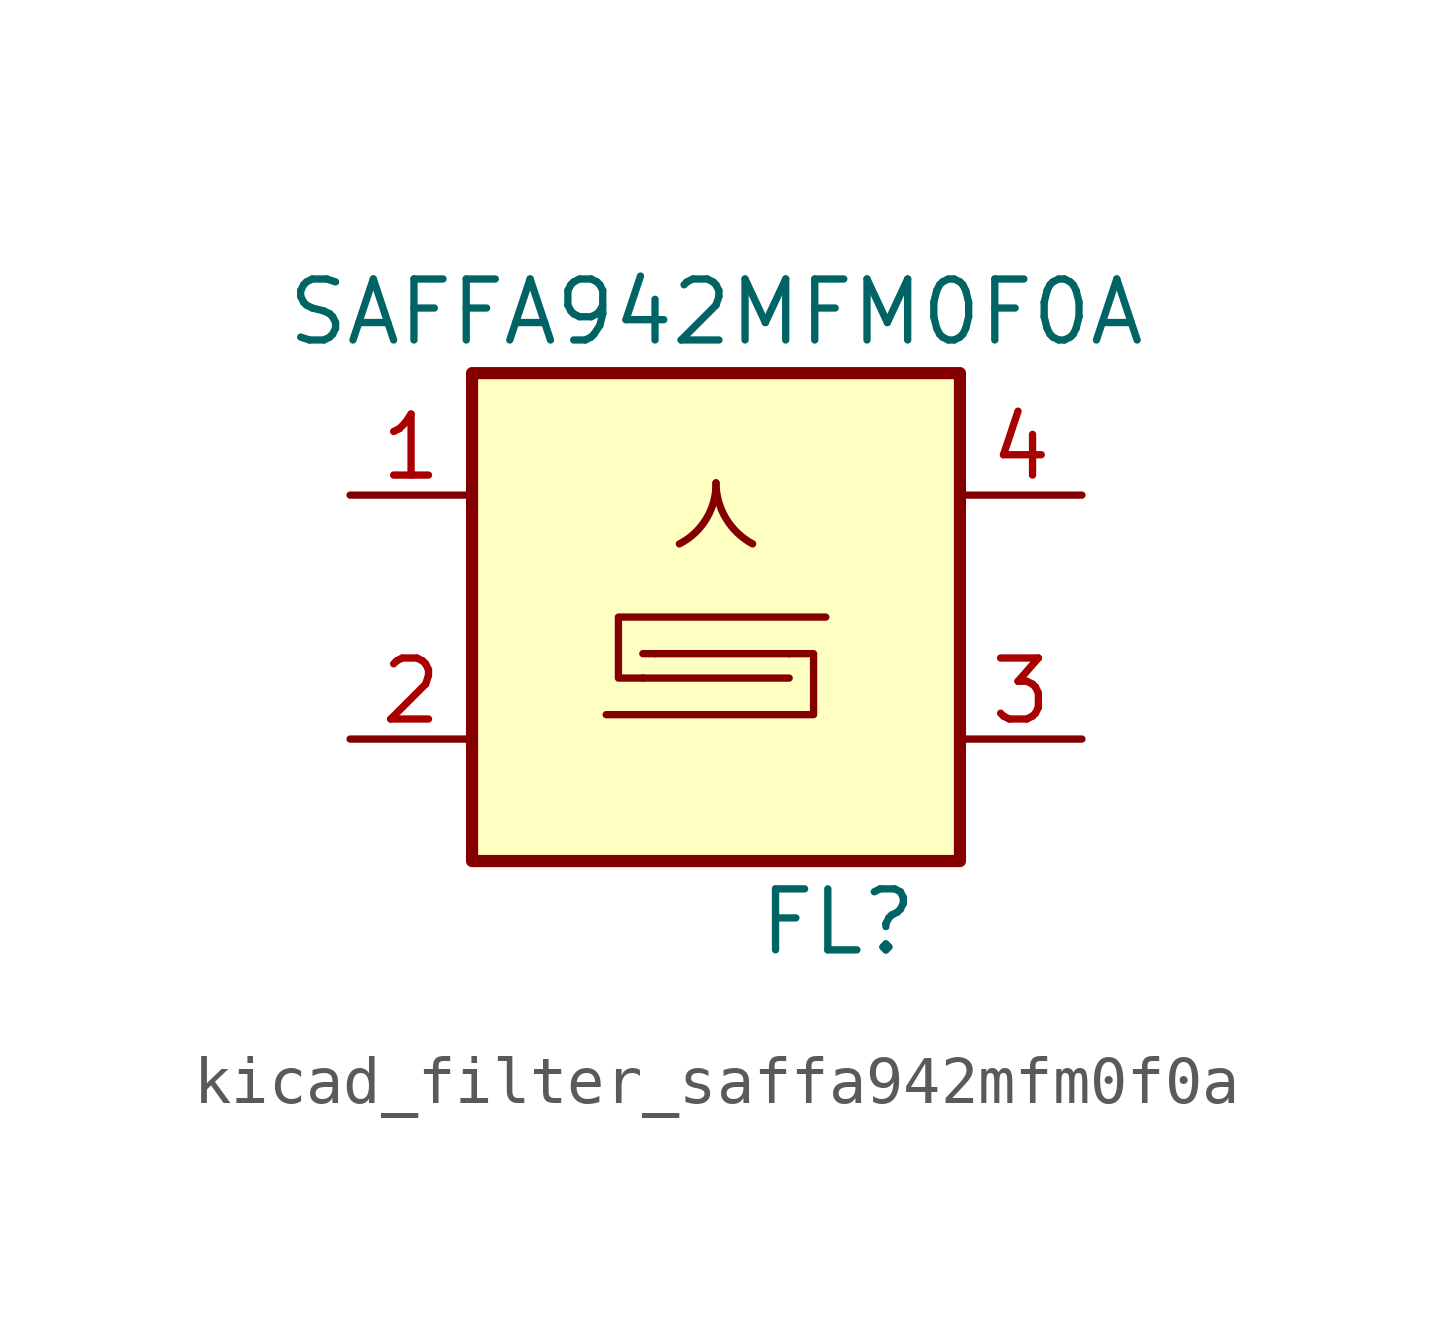
<source format=kicad_sym>
(kicad_symbol_lib
  (version 20220914)
  (generator kicad_symbol_editor)
  (symbol "kicad_filter_saffa942mfm0f0a"
    (pin_names
      (offset 1.016))
    (property "Reference" "FL"
      (at 2.54 -6.35 0)
      (effects (font (size 1.27 1.27))))
    (property "Value" "SAFFA942MFM0F0A"
      (at 0 6.35 0)
      (effects (font (size 1.27 1.27))))
    (symbol "kicad_filter_saffa942mfm0f0a_0_1"
      (rectangle (start -5.08 5.08) (end 5.08 -5.08) (stroke (width 0.254) (type default)) (fill (type background)))
      (arc (start -0.762 1.524) (mid -0.1988 2.0511) (end 0 2.794) (stroke (width 0) (type default)) (fill (type none)))
      (polyline (pts (xy -1.524 -0.762) (xy -1.27 -0.762)) (stroke (width 0) (type default)) (fill (type none)))
      (polyline (pts (xy 1.524 -1.27) (xy -1.524 -1.27)) (stroke (width 0) (type default)) (fill (type none)))
      (polyline (pts (xy 1.524 -0.762) (xy -1.27 -0.762)) (stroke (width 0) (type default)) (fill (type none)))
      (polyline (pts (xy -1.524 -1.27) (xy -2.032 -1.27) (xy -2.032 0) (xy 2.286 0)) (stroke (width 0) (type default)) (fill (type none)))
      (polyline (pts (xy 1.524 -0.762) (xy 2.032 -0.762) (xy 2.032 -2.032) (xy -2.286 -2.032)) (stroke (width 0) (type default)) (fill (type none)))
      (arc (start 0 2.794) (mid 0.2065 2.0558) (end 0.762 1.524) (stroke (width 0) (type default)) (fill (type none))))
    (symbol "kicad_filter_saffa942mfm0f0a_1_1"
      (pin passive line (at -7.62 2.54 0) (length 2.54) (name "~" (effects (font (size 1.27 1.27)))) (number "1" (effects (font (size 1.27 1.27)))))
      (pin passive line (at -7.62 -2.54 0) (length 2.54) (name "~" (effects (font (size 1.27 1.27)))) (number "2" (effects (font (size 1.27 1.27)))))
      (pin passive line (at 7.62 -2.54 180) (length 2.54) (name "~" (effects (font (size 1.27 1.27)))) (number "3" (effects (font (size 1.27 1.27)))))
      (pin passive line (at 7.62 2.54 180) (length 2.54) (name "~" (effects (font (size 1.27 1.27)))) (number "4" (effects (font (size 1.27 1.27)))))
      (pin passive line (at -7.62 -2.54 0) (length 2.54) hide (name "~" (effects (font (size 1.27 1.27)))) (number "5" (effects (font (size 1.27 1.27))))))))
</source>
